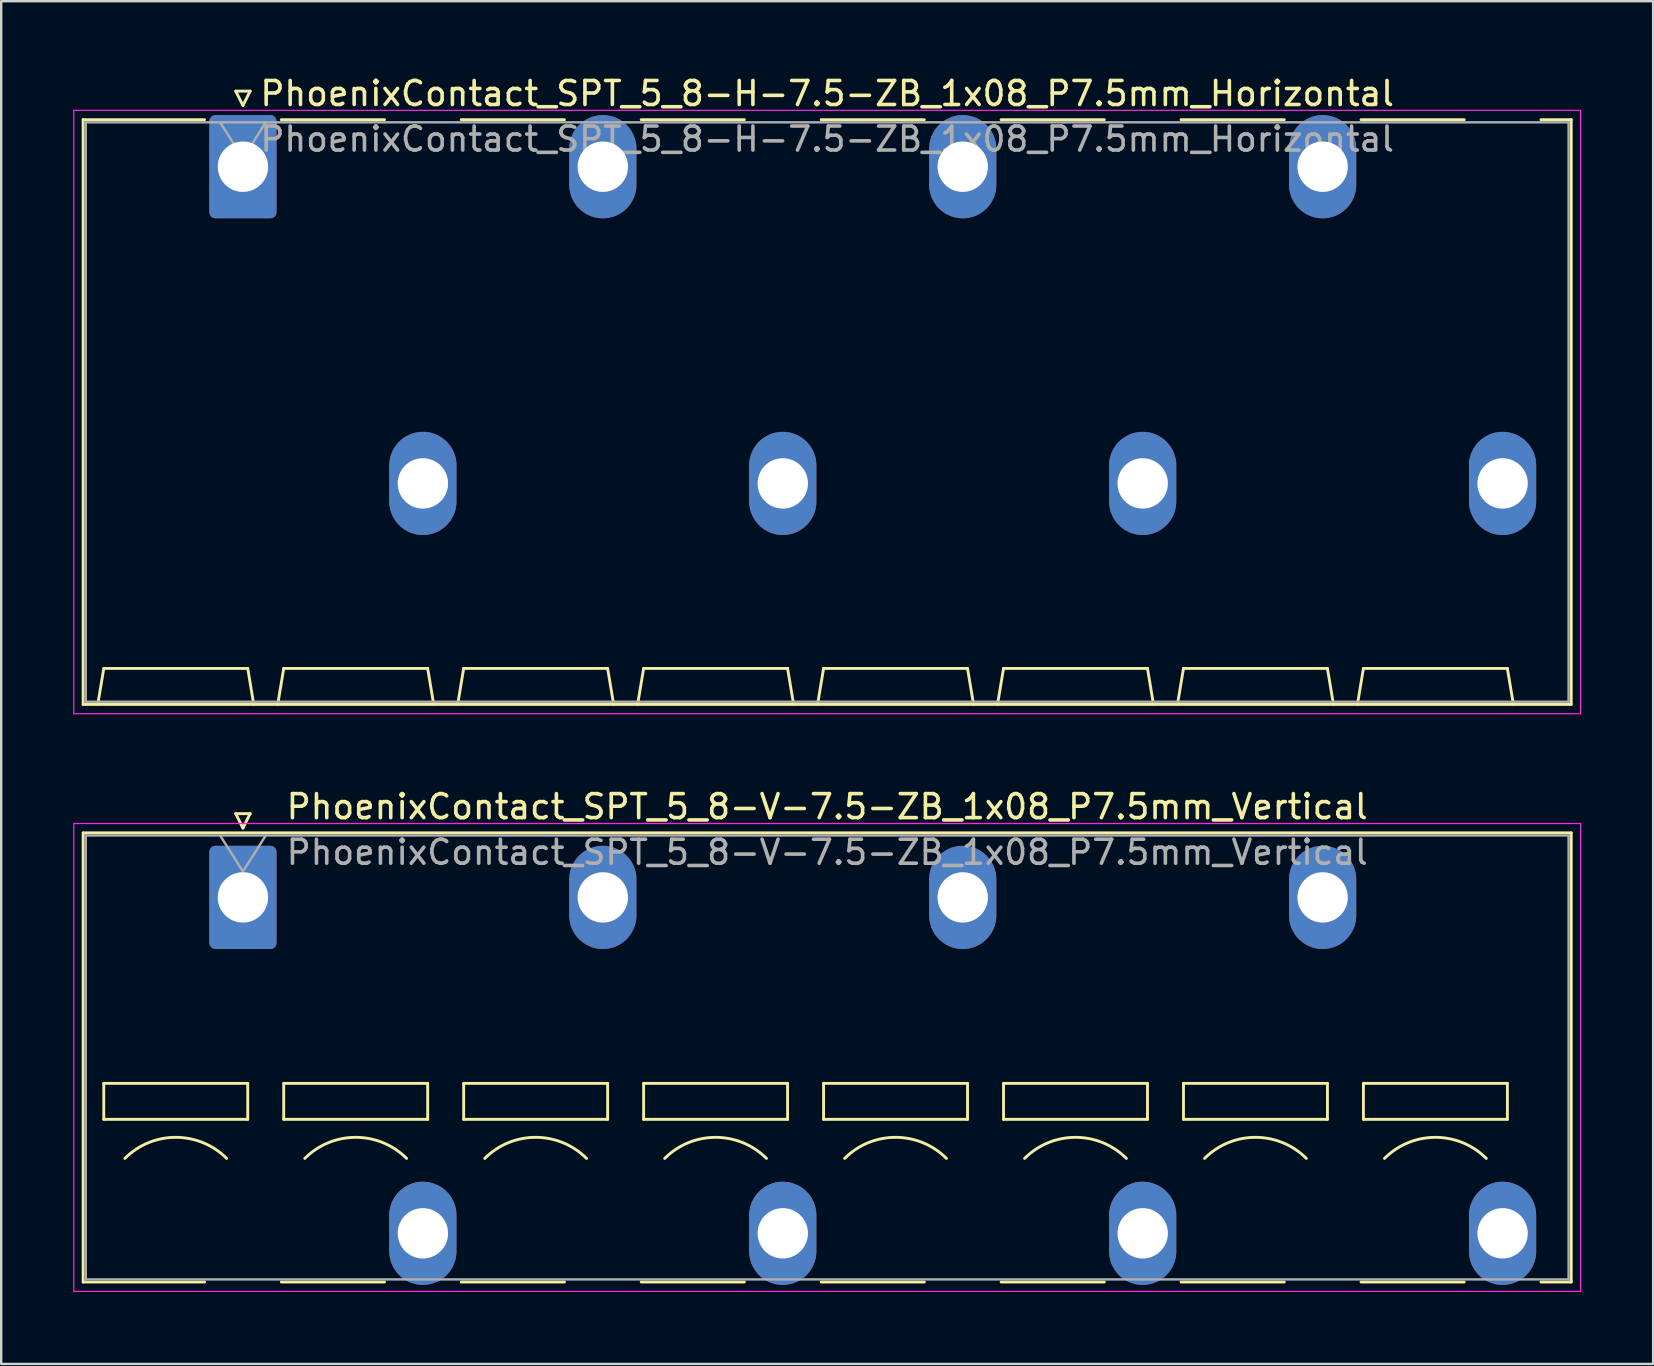
<source format=kicad_pcb>
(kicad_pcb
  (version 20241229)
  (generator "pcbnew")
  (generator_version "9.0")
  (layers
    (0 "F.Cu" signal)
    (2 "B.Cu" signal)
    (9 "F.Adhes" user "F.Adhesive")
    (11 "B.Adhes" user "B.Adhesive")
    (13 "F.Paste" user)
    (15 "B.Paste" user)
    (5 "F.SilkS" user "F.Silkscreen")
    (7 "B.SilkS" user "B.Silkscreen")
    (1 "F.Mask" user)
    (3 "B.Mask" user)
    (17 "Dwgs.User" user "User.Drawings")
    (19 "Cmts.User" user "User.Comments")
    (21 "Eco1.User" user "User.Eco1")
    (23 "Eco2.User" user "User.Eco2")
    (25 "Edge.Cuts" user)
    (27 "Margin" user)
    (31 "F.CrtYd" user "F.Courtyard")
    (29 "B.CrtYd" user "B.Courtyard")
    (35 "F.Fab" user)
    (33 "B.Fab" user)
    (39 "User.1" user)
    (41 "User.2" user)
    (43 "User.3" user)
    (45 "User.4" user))
  (footprint "PhoenixContact_SPT_5_8-V-7.5-ZB_1x08_P7.5mm_Vertical"
    (layer "F.Cu")
    (at 7.075 34.352)
    (property "Reference" "PhoenixContact_SPT_5_8-V-7.5-ZB_1x08_P7.5mm_Vertical" (at 24.35 -3.78 0) (layer "F.SilkS") (effects (font (size 1 1) (thickness 0.15))))
    (attr through_hole)
    (fp_line (start -6.66 -2.69) (end 55.36 -2.69) (stroke (width 0.12) (type solid)) (layer "F.SilkS"))
    (fp_line (start -6.66 16.03) (end -6.66 -2.69) (stroke (width 0.12) (type solid)) (layer "F.SilkS"))
    (fp_line (start -6.66 16.03) (end -1.6 16.03) (stroke (width 0.12) (type solid)) (layer "F.SilkS"))
    (fp_line (start -5.8 7.75) (end -5.8 9.25) (stroke (width 0.12) (type solid)) (layer "F.SilkS"))
    (fp_line (start -5.8 9.25) (end 0.2 9.25) (stroke (width 0.12) (type solid)) (layer "F.SilkS"))
    (fp_line (start -0.3 -3.49) (end 0 -2.89) (stroke (width 0.12) (type solid)) (layer "F.SilkS"))
    (fp_line (start -0.3 -3.49) (end 0.3 -3.49) (stroke (width 0.12) (type solid)) (layer "F.SilkS"))
    (fp_line (start 0.2 7.75) (end -5.8 7.75) (stroke (width 0.12) (type solid)) (layer "F.SilkS"))
    (fp_line (start 0.2 9.25) (end 0.2 7.75) (stroke (width 0.12) (type solid)) (layer "F.SilkS"))
    (fp_line (start 0.3 -3.49) (end 0 -2.89) (stroke (width 0.12) (type solid)) (layer "F.SilkS"))
    (fp_line (start 1.6 16.03) (end 5.9 16.03) (stroke (width 0.12) (type solid)) (layer "F.SilkS"))
    (fp_line (start 1.7 7.75) (end 1.7 9.25) (stroke (width 0.12) (type solid)) (layer "F.SilkS"))
    (fp_line (start 1.7 9.25) (end 7.7 9.25) (stroke (width 0.12) (type solid)) (layer "F.SilkS"))
    (fp_line (start 7.7 7.75) (end 1.7 7.75) (stroke (width 0.12) (type solid)) (layer "F.SilkS"))
    (fp_line (start 7.7 9.25) (end 7.7 7.75) (stroke (width 0.12) (type solid)) (layer "F.SilkS"))
    (fp_line (start 9.1 16.03) (end 13.4 16.03) (stroke (width 0.12) (type solid)) (layer "F.SilkS"))
    (fp_line (start 9.2 7.75) (end 9.2 9.25) (stroke (width 0.12) (type solid)) (layer "F.SilkS"))
    (fp_line (start 9.2 9.25) (end 15.2 9.25) (stroke (width 0.12) (type solid)) (layer "F.SilkS"))
    (fp_line (start 15.2 7.75) (end 9.2 7.75) (stroke (width 0.12) (type solid)) (layer "F.SilkS"))
    (fp_line (start 15.2 9.25) (end 15.2 7.75) (stroke (width 0.12) (type solid)) (layer "F.SilkS"))
    (fp_line (start 16.6 16.03) (end 20.9 16.03) (stroke (width 0.12) (type solid)) (layer "F.SilkS"))
    (fp_line (start 16.7 7.75) (end 16.7 9.25) (stroke (width 0.12) (type solid)) (layer "F.SilkS"))
    (fp_line (start 16.7 9.25) (end 22.7 9.25) (stroke (width 0.12) (type solid)) (layer "F.SilkS"))
    (fp_line (start 22.7 7.75) (end 16.7 7.75) (stroke (width 0.12) (type solid)) (layer "F.SilkS"))
    (fp_line (start 22.7 9.25) (end 22.7 7.75) (stroke (width 0.12) (type solid)) (layer "F.SilkS"))
    (fp_line (start 24.1 16.03) (end 28.4 16.03) (stroke (width 0.12) (type solid)) (layer "F.SilkS"))
    (fp_line (start 24.2 7.75) (end 24.2 9.25) (stroke (width 0.12) (type solid)) (layer "F.SilkS"))
    (fp_line (start 24.2 9.25) (end 30.2 9.25) (stroke (width 0.12) (type solid)) (layer "F.SilkS"))
    (fp_line (start 30.2 7.75) (end 24.2 7.75) (stroke (width 0.12) (type solid)) (layer "F.SilkS"))
    (fp_line (start 30.2 9.25) (end 30.2 7.75) (stroke (width 0.12) (type solid)) (layer "F.SilkS"))
    (fp_line (start 31.6 16.03) (end 35.9 16.03) (stroke (width 0.12) (type solid)) (layer "F.SilkS"))
    (fp_line (start 31.7 7.75) (end 31.7 9.25) (stroke (width 0.12) (type solid)) (layer "F.SilkS"))
    (fp_line (start 31.7 9.25) (end 37.7 9.25) (stroke (width 0.12) (type solid)) (layer "F.SilkS"))
    (fp_line (start 37.7 7.75) (end 31.7 7.75) (stroke (width 0.12) (type solid)) (layer "F.SilkS"))
    (fp_line (start 37.7 9.25) (end 37.7 7.75) (stroke (width 0.12) (type solid)) (layer "F.SilkS"))
    (fp_line (start 39.1 16.03) (end 43.4 16.03) (stroke (width 0.12) (type solid)) (layer "F.SilkS"))
    (fp_line (start 39.2 7.75) (end 39.2 9.25) (stroke (width 0.12) (type solid)) (layer "F.SilkS"))
    (fp_line (start 39.2 9.25) (end 45.2 9.25) (stroke (width 0.12) (type solid)) (layer "F.SilkS"))
    (fp_line (start 45.2 7.75) (end 39.2 7.75) (stroke (width 0.12) (type solid)) (layer "F.SilkS"))
    (fp_line (start 45.2 9.25) (end 45.2 7.75) (stroke (width 0.12) (type solid)) (layer "F.SilkS"))
    (fp_line (start 46.6 16.03) (end 50.9 16.03) (stroke (width 0.12) (type solid)) (layer "F.SilkS"))
    (fp_line (start 46.7 7.75) (end 46.7 9.25) (stroke (width 0.12) (type solid)) (layer "F.SilkS"))
    (fp_line (start 46.7 9.25) (end 52.7 9.25) (stroke (width 0.12) (type solid)) (layer "F.SilkS"))
    (fp_line (start 52.7 7.75) (end 46.7 7.75) (stroke (width 0.12) (type solid)) (layer "F.SilkS"))
    (fp_line (start 52.7 9.25) (end 52.7 7.75) (stroke (width 0.12) (type solid)) (layer "F.SilkS"))
    (fp_line (start 54.1 16.03) (end 55.36 16.03) (stroke (width 0.12) (type solid)) (layer "F.SilkS"))
    (fp_line (start 55.36 -2.69) (end 55.36 16.03) (stroke (width 0.12) (type solid)) (layer "F.SilkS"))
    (fp_arc (start -4.92132 10.87868) (mid -2.8 10) (end -0.67868 10.87868) (stroke (width 0.12) (type solid)) (layer "F.SilkS"))
    (fp_arc (start 2.57868 10.87868) (mid 4.7 10) (end 6.82132 10.87868) (stroke (width 0.12) (type solid)) (layer "F.SilkS"))
    (fp_arc (start 10.07868 10.87868) (mid 12.2 10) (end 14.32132 10.87868) (stroke (width 0.12) (type solid)) (layer "F.SilkS"))
    (fp_arc (start 17.57868 10.87868) (mid 19.7 10) (end 21.82132 10.87868) (stroke (width 0.12) (type solid)) (layer "F.SilkS"))
    (fp_arc (start 25.07868 10.87868) (mid 27.2 10) (end 29.32132 10.87868) (stroke (width 0.12) (type solid)) (layer "F.SilkS"))
    (fp_arc (start 32.57868 10.87868) (mid 34.7 10) (end 36.82132 10.87868) (stroke (width 0.12) (type solid)) (layer "F.SilkS"))
    (fp_arc (start 40.07868 10.87868) (mid 42.2 10) (end 44.32132 10.87868) (stroke (width 0.12) (type solid)) (layer "F.SilkS"))
    (fp_arc (start 47.57868 10.87868) (mid 49.7 10) (end 51.82132 10.87868) (stroke (width 0.12) (type solid)) (layer "F.SilkS"))
    (fp_line (start -7.05 -3.08) (end -7.05 16.42) (stroke (width 0.05) (type solid)) (layer "F.CrtYd"))
    (fp_line (start -7.05 16.42) (end 55.75 16.42) (stroke (width 0.05) (type solid)) (layer "F.CrtYd"))
    (fp_line (start 55.75 -3.08) (end -7.05 -3.08) (stroke (width 0.05) (type solid)) (layer "F.CrtYd"))
    (fp_line (start 55.75 16.42) (end 55.75 -3.08) (stroke (width 0.05) (type solid)) (layer "F.CrtYd"))
    (fp_line (start -6.55 -2.58) (end -6.55 15.92) (stroke (width 0.1) (type solid)) (layer "F.Fab"))
    (fp_line (start -6.55 15.92) (end 55.25 15.92) (stroke (width 0.1) (type solid)) (layer "F.Fab"))
    (fp_line (start -0.95 -2.58) (end 0 -1.08) (stroke (width 0.1) (type solid)) (layer "F.Fab"))
    (fp_line (start 0.95 -2.58) (end 0 -1.08) (stroke (width 0.1) (type solid)) (layer "F.Fab"))
    (fp_line (start 55.25 -2.58) (end -6.55 -2.58) (stroke (width 0.1) (type solid)) (layer "F.Fab"))
    (fp_line (start 55.25 15.92) (end 55.25 -2.58) (stroke (width 0.1) (type solid)) (layer "F.Fab"))
    (fp_text user "${REFERENCE}" (at 24.35 -1.88 0) (layer "F.Fab") (effects (font (size 1 1) (thickness 0.15))))
    (pad "1" thru_hole roundrect (at 0 0) (size 2.8 4.3) (drill 2.1) (layers "*.Cu" "*.Mask") (roundrect_rratio 0.089))
    (pad "2" thru_hole oval (at 7.5 14) (size 2.8 4.3) (drill 2.1) (layers "*.Cu" "*.Mask"))
    (pad "3" thru_hole oval (at 15 0) (size 2.8 4.3) (drill 2.1) (layers "*.Cu" "*.Mask"))
    (pad "4" thru_hole oval (at 22.5 14) (size 2.8 4.3) (drill 2.1) (layers "*.Cu" "*.Mask"))
    (pad "5" thru_hole oval (at 30 0) (size 2.8 4.3) (drill 2.1) (layers "*.Cu" "*.Mask"))
    (pad "6" thru_hole oval (at 37.5 14) (size 2.8 4.3) (drill 2.1) (layers "*.Cu" "*.Mask"))
    (pad "7" thru_hole oval (at 45 0) (size 2.8 4.3) (drill 2.1) (layers "*.Cu" "*.Mask"))
    (pad "8" thru_hole oval (at 52.5 14) (size 2.8 4.3) (drill 2.1) (layers "*.Cu" "*.Mask")))
  (footprint "PhoenixContact_SPT_5_8-H-7.5-ZB_1x08_P7.5mm_Horizontal"
    (layer "F.Cu")
    (at 7.075 3.898)
    (property "Reference" "PhoenixContact_SPT_5_8-H-7.5-ZB_1x08_P7.5mm_Horizontal" (at 24.35 -3.05 0) (layer "F.SilkS") (effects (font (size 1 1) (thickness 0.15))))
    (attr through_hole)
    (fp_line (start -6.66 -1.96) (end -1.6 -1.96) (stroke (width 0.12) (type solid)) (layer "F.SilkS"))
    (fp_line (start -6.66 22.41) (end -6.66 -1.96) (stroke (width 0.12) (type solid)) (layer "F.SilkS"))
    (fp_line (start -6.05 22.41) (end -5.8 20.91) (stroke (width 0.12) (type solid)) (layer "F.SilkS"))
    (fp_line (start -5.8 20.91) (end 0.2 20.91) (stroke (width 0.12) (type solid)) (layer "F.SilkS"))
    (fp_line (start -0.3 -3.15) (end 0 -2.55) (stroke (width 0.12) (type solid)) (layer "F.SilkS"))
    (fp_line (start -0.3 -3.15) (end 0.3 -3.15) (stroke (width 0.12) (type solid)) (layer "F.SilkS"))
    (fp_line (start 0.3 -3.15) (end 0 -2.55) (stroke (width 0.12) (type solid)) (layer "F.SilkS"))
    (fp_line (start 0.45 22.41) (end 0.2 20.91) (stroke (width 0.12) (type solid)) (layer "F.SilkS"))
    (fp_line (start 1.45 22.41) (end 1.7 20.91) (stroke (width 0.12) (type solid)) (layer "F.SilkS"))
    (fp_line (start 1.6 -1.96) (end 5.9 -1.96) (stroke (width 0.12) (type solid)) (layer "F.SilkS"))
    (fp_line (start 1.7 20.91) (end 7.7 20.91) (stroke (width 0.12) (type solid)) (layer "F.SilkS"))
    (fp_line (start 7.95 22.41) (end 7.7 20.91) (stroke (width 0.12) (type solid)) (layer "F.SilkS"))
    (fp_line (start 8.95 22.41) (end 9.2 20.91) (stroke (width 0.12) (type solid)) (layer "F.SilkS"))
    (fp_line (start 9.1 -1.96) (end 13.4 -1.96) (stroke (width 0.12) (type solid)) (layer "F.SilkS"))
    (fp_line (start 9.2 20.91) (end 15.2 20.91) (stroke (width 0.12) (type solid)) (layer "F.SilkS"))
    (fp_line (start 15.45 22.41) (end 15.2 20.91) (stroke (width 0.12) (type solid)) (layer "F.SilkS"))
    (fp_line (start 16.45 22.41) (end 16.7 20.91) (stroke (width 0.12) (type solid)) (layer "F.SilkS"))
    (fp_line (start 16.6 -1.96) (end 20.9 -1.96) (stroke (width 0.12) (type solid)) (layer "F.SilkS"))
    (fp_line (start 16.7 20.91) (end 22.7 20.91) (stroke (width 0.12) (type solid)) (layer "F.SilkS"))
    (fp_line (start 22.95 22.41) (end 22.7 20.91) (stroke (width 0.12) (type solid)) (layer "F.SilkS"))
    (fp_line (start 23.95 22.41) (end 24.2 20.91) (stroke (width 0.12) (type solid)) (layer "F.SilkS"))
    (fp_line (start 24.1 -1.96) (end 28.4 -1.96) (stroke (width 0.12) (type solid)) (layer "F.SilkS"))
    (fp_line (start 24.2 20.91) (end 30.2 20.91) (stroke (width 0.12) (type solid)) (layer "F.SilkS"))
    (fp_line (start 30.45 22.41) (end 30.2 20.91) (stroke (width 0.12) (type solid)) (layer "F.SilkS"))
    (fp_line (start 31.45 22.41) (end 31.7 20.91) (stroke (width 0.12) (type solid)) (layer "F.SilkS"))
    (fp_line (start 31.6 -1.96) (end 35.9 -1.96) (stroke (width 0.12) (type solid)) (layer "F.SilkS"))
    (fp_line (start 31.7 20.91) (end 37.7 20.91) (stroke (width 0.12) (type solid)) (layer "F.SilkS"))
    (fp_line (start 37.95 22.41) (end 37.7 20.91) (stroke (width 0.12) (type solid)) (layer "F.SilkS"))
    (fp_line (start 38.95 22.41) (end 39.2 20.91) (stroke (width 0.12) (type solid)) (layer "F.SilkS"))
    (fp_line (start 39.1 -1.96) (end 43.4 -1.96) (stroke (width 0.12) (type solid)) (layer "F.SilkS"))
    (fp_line (start 39.2 20.91) (end 45.2 20.91) (stroke (width 0.12) (type solid)) (layer "F.SilkS"))
    (fp_line (start 45.45 22.41) (end 45.2 20.91) (stroke (width 0.12) (type solid)) (layer "F.SilkS"))
    (fp_line (start 46.45 22.41) (end 46.7 20.91) (stroke (width 0.12) (type solid)) (layer "F.SilkS"))
    (fp_line (start 46.6 -1.96) (end 50.9 -1.96) (stroke (width 0.12) (type solid)) (layer "F.SilkS"))
    (fp_line (start 46.7 20.91) (end 52.7 20.91) (stroke (width 0.12) (type solid)) (layer "F.SilkS"))
    (fp_line (start 52.95 22.41) (end 52.7 20.91) (stroke (width 0.12) (type solid)) (layer "F.SilkS"))
    (fp_line (start 54.1 -1.96) (end 55.36 -1.96) (stroke (width 0.12) (type solid)) (layer "F.SilkS"))
    (fp_line (start 55.36 -1.96) (end 55.36 22.41) (stroke (width 0.12) (type solid)) (layer "F.SilkS"))
    (fp_line (start 55.36 22.41) (end -6.66 22.41) (stroke (width 0.12) (type solid)) (layer "F.SilkS"))
    (fp_line (start -7.05 -2.35) (end -7.05 22.8) (stroke (width 0.05) (type solid)) (layer "F.CrtYd"))
    (fp_line (start -7.05 22.8) (end 55.75 22.8) (stroke (width 0.05) (type solid)) (layer "F.CrtYd"))
    (fp_line (start 55.75 -2.35) (end -7.05 -2.35) (stroke (width 0.05) (type solid)) (layer "F.CrtYd"))
    (fp_line (start 55.75 22.8) (end 55.75 -2.35) (stroke (width 0.05) (type solid)) (layer "F.CrtYd"))
    (fp_line (start -6.55 -1.85) (end -6.55 22.3) (stroke (width 0.1) (type solid)) (layer "F.Fab"))
    (fp_line (start -6.55 22.3) (end 55.25 22.3) (stroke (width 0.1) (type solid)) (layer "F.Fab"))
    (fp_line (start -0.95 -1.85) (end 0 -0.35) (stroke (width 0.1) (type solid)) (layer "F.Fab"))
    (fp_line (start 0.95 -1.85) (end 0 -0.35) (stroke (width 0.1) (type solid)) (layer "F.Fab"))
    (fp_line (start 55.25 -1.85) (end -6.55 -1.85) (stroke (width 0.1) (type solid)) (layer "F.Fab"))
    (fp_line (start 55.25 22.3) (end 55.25 -1.85) (stroke (width 0.1) (type solid)) (layer "F.Fab"))
    (fp_text user "${REFERENCE}" (at 24.35 -1.15 0) (layer "F.Fab") (effects (font (size 1 1) (thickness 0.15))))
    (pad "1" thru_hole roundrect (at 0 0) (size 2.8 4.3) (drill 2.1) (layers "*.Cu" "*.Mask") (roundrect_rratio 0.089))
    (pad "2" thru_hole oval (at 7.5 13.2) (size 2.8 4.3) (drill 2.1) (layers "*.Cu" "*.Mask"))
    (pad "3" thru_hole oval (at 15 0) (size 2.8 4.3) (drill 2.1) (layers "*.Cu" "*.Mask"))
    (pad "4" thru_hole oval (at 22.5 13.2) (size 2.8 4.3) (drill 2.1) (layers "*.Cu" "*.Mask"))
    (pad "5" thru_hole oval (at 30 0) (size 2.8 4.3) (drill 2.1) (layers "*.Cu" "*.Mask"))
    (pad "6" thru_hole oval (at 37.5 13.2) (size 2.8 4.3) (drill 2.1) (layers "*.Cu" "*.Mask"))
    (pad "7" thru_hole oval (at 45 0) (size 2.8 4.3) (drill 2.1) (layers "*.Cu" "*.Mask"))
    (pad "8" thru_hole oval (at 52.5 13.2) (size 2.8 4.3) (drill 2.1) (layers "*.Cu" "*.Mask")))
  (gr_rect
    (start -3 -3)
    (end 65.85 53.797)
    (stroke (width 0.1) (type default))
    (fill no)
    (layer "Edge.Cuts")))
</source>
